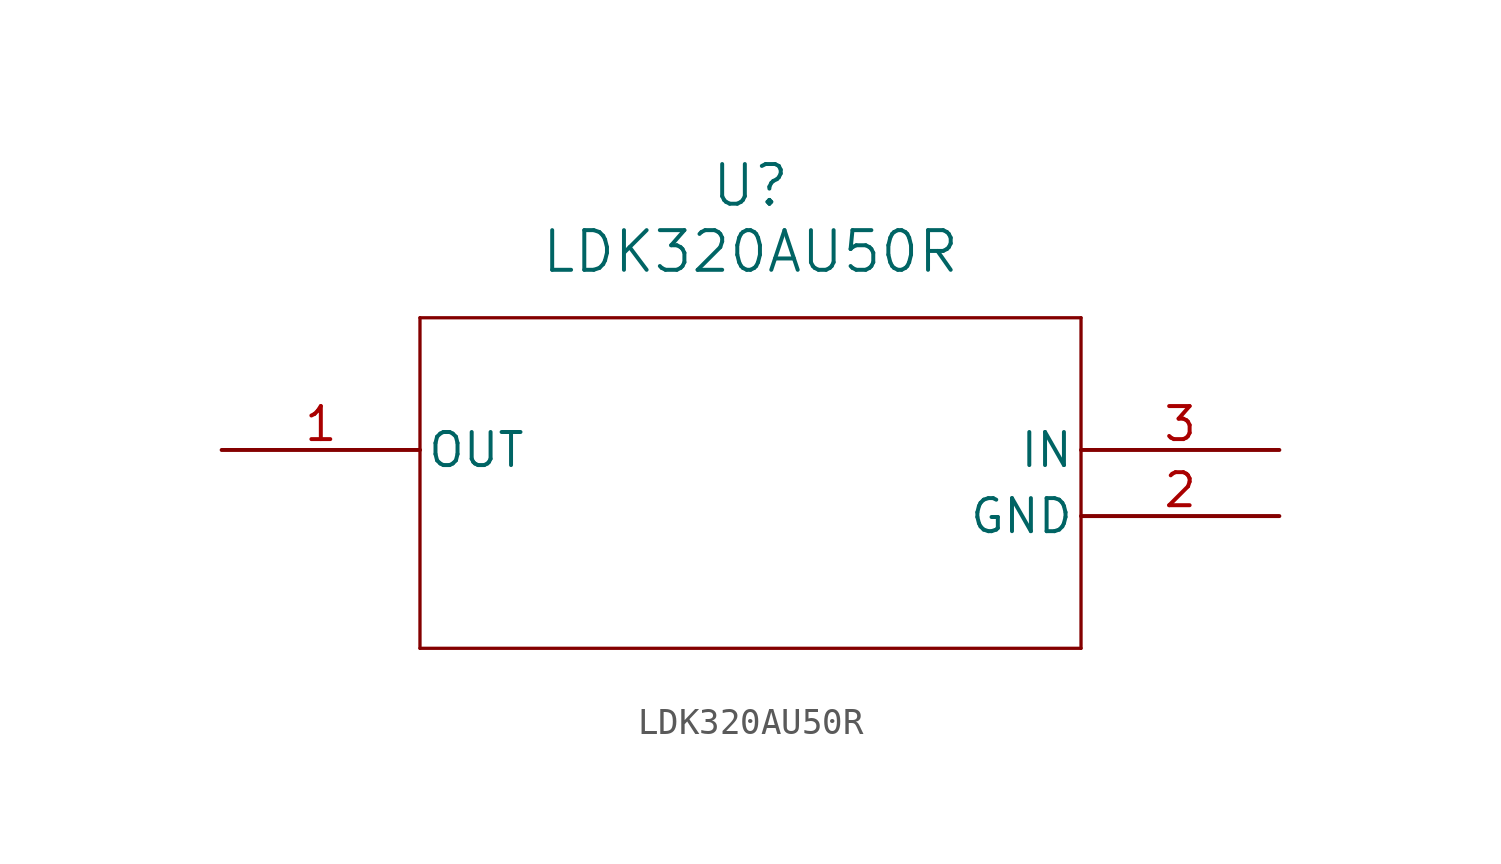
<source format=kicad_sym>
(kicad_symbol_lib
  (version 20211014)
  (generator kicad_symbol_editor)
  (symbol "LDK320AU50R"
    (pin_names
      (offset 0.254))
    (property "Reference" "U"
      (at 20.32 10.16 0)
      (effects (font (size 1.524 1.524))))
    (property "Value" "LDK320AU50R"
      (at 20.32 7.62 0)
      (effects (font (size 1.524 1.524))))
    (symbol "LDK320AU50R_0_1"
      (polyline (pts (xy 7.62 5.08) (xy 7.62 -7.62)) (stroke (width 0.127) (type default) (color 0 0 0 0)) (fill (type none)))
      (polyline (pts (xy 7.62 -7.62) (xy 33.02 -7.62)) (stroke (width 0.127) (type default) (color 0 0 0 0)) (fill (type none)))
      (polyline (pts (xy 33.02 -7.62) (xy 33.02 5.08)) (stroke (width 0.127) (type default) (color 0 0 0 0)) (fill (type none)))
      (polyline (pts (xy 33.02 5.08) (xy 7.62 5.08)) (stroke (width 0.127) (type default) (color 0 0 0 0)) (fill (type none)))
      (pin output line (at 0 0 0) (length 7.62) (name "OUT" (effects (font (size 1.27 1.27)))) (number "1" (effects (font (size 1.27 1.27)))))
      (pin power_out line (at 40.64 -2.54 180) (length 7.62) (name "GND" (effects (font (size 1.27 1.27)))) (number "2" (effects (font (size 1.27 1.27)))))
      (pin input line (at 40.64 0 180) (length 7.62) (name "IN" (effects (font (size 1.27 1.27)))) (number "3" (effects (font (size 1.27 1.27))))))))
</source>
